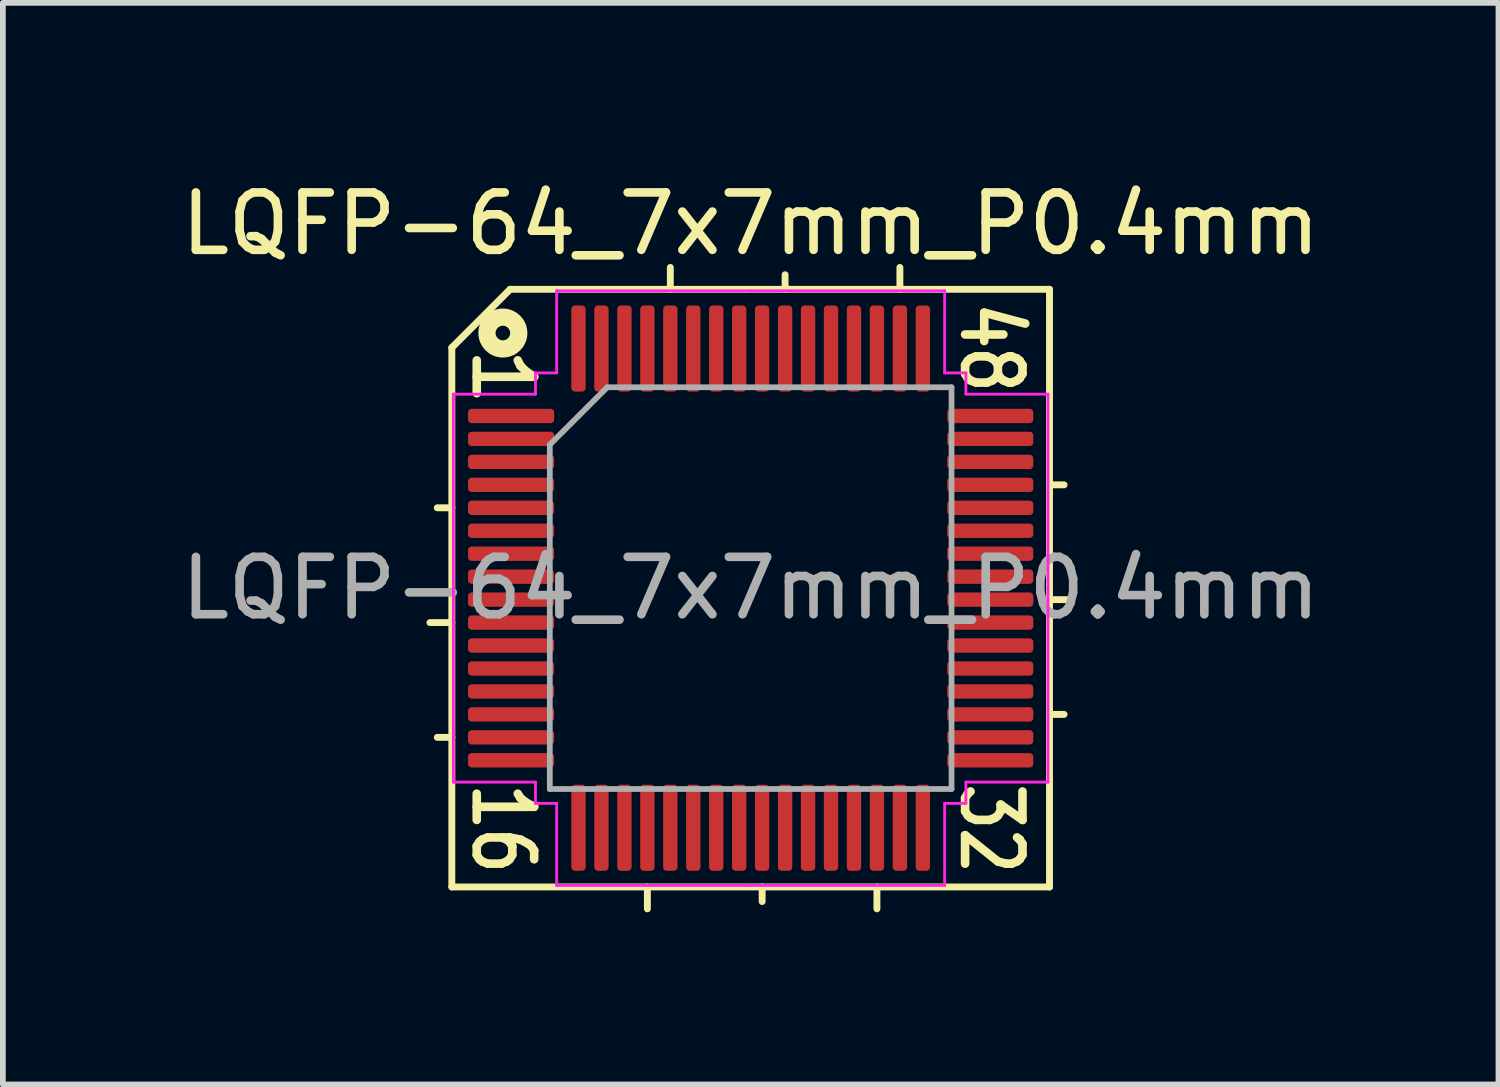
<source format=kicad_pcb>
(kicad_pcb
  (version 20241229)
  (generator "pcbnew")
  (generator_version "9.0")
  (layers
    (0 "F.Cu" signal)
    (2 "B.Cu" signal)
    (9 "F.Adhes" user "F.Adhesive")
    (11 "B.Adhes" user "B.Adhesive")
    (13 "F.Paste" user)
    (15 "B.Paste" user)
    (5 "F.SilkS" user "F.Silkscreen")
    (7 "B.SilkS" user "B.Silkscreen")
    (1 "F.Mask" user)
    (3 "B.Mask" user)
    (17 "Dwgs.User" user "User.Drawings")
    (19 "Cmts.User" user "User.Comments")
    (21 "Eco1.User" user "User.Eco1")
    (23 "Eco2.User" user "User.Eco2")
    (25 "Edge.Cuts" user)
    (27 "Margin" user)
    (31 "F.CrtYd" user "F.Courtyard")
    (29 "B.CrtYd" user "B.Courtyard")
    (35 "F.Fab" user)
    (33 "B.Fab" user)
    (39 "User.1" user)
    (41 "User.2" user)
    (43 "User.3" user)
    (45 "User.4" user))
  (footprint "LQFP-64_7x7mm_P0.4mm"
    (layer "F.Cu")
    (at 10.03 7.198)
    (property "Reference" "LQFP-64_7x7mm_P0.4mm" (at 0 -6.35 0) (layer "F.SilkS") (effects (font (size 1 1) (thickness 0.15))))
    (attr smd)
    (fp_line (start -5.207 -4.191) (end -5.207 5.207) (stroke (width 0.12) (type solid)) (layer "F.SilkS"))
    (fp_line (start -5.207 -1.4) (end -5.461 -1.4) (stroke (width 0.12) (type solid)) (layer "F.SilkS"))
    (fp_line (start -5.207 0.6) (end -5.588 0.6) (stroke (width 0.12) (type solid)) (layer "F.SilkS"))
    (fp_line (start -5.207 2.6) (end -5.461 2.6) (stroke (width 0.12) (type solid)) (layer "F.SilkS"))
    (fp_line (start -5.207 5.207) (end 5.207 5.207) (stroke (width 0.12) (type solid)) (layer "F.SilkS"))
    (fp_line (start -4.191 -5.207) (end -5.207 -4.191) (stroke (width 0.12) (type solid)) (layer "F.SilkS"))
    (fp_line (start -1.8 5.588) (end -1.8 5.207) (stroke (width 0.12) (type solid)) (layer "F.SilkS"))
    (fp_line (start -1.4 -5.207) (end -1.4 -5.588) (stroke (width 0.12) (type solid)) (layer "F.SilkS"))
    (fp_line (start 0.2 5.207) (end 0.2 5.461) (stroke (width 0.12) (type solid)) (layer "F.SilkS"))
    (fp_line (start 0.6 -5.207) (end 0.6 -5.461) (stroke (width 0.12) (type solid)) (layer "F.SilkS"))
    (fp_line (start 2.2 5.207) (end 2.2 5.588) (stroke (width 0.12) (type solid)) (layer "F.SilkS"))
    (fp_line (start 2.6 -5.207) (end 2.6 -5.588) (stroke (width 0.12) (type solid)) (layer "F.SilkS"))
    (fp_line (start 5.207 -5.207) (end -4.191 -5.207) (stroke (width 0.12) (type solid)) (layer "F.SilkS"))
    (fp_line (start 5.207 -1.8) (end 5.461 -1.8) (stroke (width 0.12) (type solid)) (layer "F.SilkS"))
    (fp_line (start 5.207 0.2) (end 5.588 0.2) (stroke (width 0.12) (type solid)) (layer "F.SilkS"))
    (fp_line (start 5.207 2.2) (end 5.461 2.2) (stroke (width 0.12) (type solid)) (layer "F.SilkS"))
    (fp_line (start 5.207 5.207) (end 5.207 -5.207) (stroke (width 0.12) (type solid)) (layer "F.SilkS"))
    (fp_circle (center -4.318 -4.445) (end -4.191 -4.445) (stroke (width 0.3) (type solid)) (fill no) (layer "F.SilkS"))
    (fp_line (start -5.18 -3.38) (end -5.18 0) (stroke (width 0.05) (type solid)) (layer "F.CrtYd"))
    (fp_line (start -5.18 3.38) (end -5.18 0) (stroke (width 0.05) (type solid)) (layer "F.CrtYd"))
    (fp_line (start -3.75 -3.75) (end -3.75 -3.38) (stroke (width 0.05) (type solid)) (layer "F.CrtYd"))
    (fp_line (start -3.75 -3.38) (end -5.18 -3.38) (stroke (width 0.05) (type solid)) (layer "F.CrtYd"))
    (fp_line (start -3.75 3.38) (end -5.18 3.38) (stroke (width 0.05) (type solid)) (layer "F.CrtYd"))
    (fp_line (start -3.75 3.75) (end -3.75 3.38) (stroke (width 0.05) (type solid)) (layer "F.CrtYd"))
    (fp_line (start -3.38 -5.18) (end -3.38 -3.75) (stroke (width 0.05) (type solid)) (layer "F.CrtYd"))
    (fp_line (start -3.38 -3.75) (end -3.75 -3.75) (stroke (width 0.05) (type solid)) (layer "F.CrtYd"))
    (fp_line (start -3.38 3.75) (end -3.75 3.75) (stroke (width 0.05) (type solid)) (layer "F.CrtYd"))
    (fp_line (start -3.38 5.18) (end -3.38 3.75) (stroke (width 0.05) (type solid)) (layer "F.CrtYd"))
    (fp_line (start 0 -5.18) (end -3.38 -5.18) (stroke (width 0.05) (type solid)) (layer "F.CrtYd"))
    (fp_line (start 0 -5.18) (end 3.38 -5.18) (stroke (width 0.05) (type solid)) (layer "F.CrtYd"))
    (fp_line (start 0 5.18) (end -3.38 5.18) (stroke (width 0.05) (type solid)) (layer "F.CrtYd"))
    (fp_line (start 0 5.18) (end 3.38 5.18) (stroke (width 0.05) (type solid)) (layer "F.CrtYd"))
    (fp_line (start 3.38 -5.18) (end 3.38 -3.75) (stroke (width 0.05) (type solid)) (layer "F.CrtYd"))
    (fp_line (start 3.38 -3.75) (end 3.75 -3.75) (stroke (width 0.05) (type solid)) (layer "F.CrtYd"))
    (fp_line (start 3.38 3.75) (end 3.75 3.75) (stroke (width 0.05) (type solid)) (layer "F.CrtYd"))
    (fp_line (start 3.38 5.18) (end 3.38 3.75) (stroke (width 0.05) (type solid)) (layer "F.CrtYd"))
    (fp_line (start 3.75 -3.75) (end 3.75 -3.38) (stroke (width 0.05) (type solid)) (layer "F.CrtYd"))
    (fp_line (start 3.75 -3.38) (end 5.18 -3.38) (stroke (width 0.05) (type solid)) (layer "F.CrtYd"))
    (fp_line (start 3.75 3.38) (end 5.18 3.38) (stroke (width 0.05) (type solid)) (layer "F.CrtYd"))
    (fp_line (start 3.75 3.75) (end 3.75 3.38) (stroke (width 0.05) (type solid)) (layer "F.CrtYd"))
    (fp_line (start 5.18 -3.38) (end 5.18 0) (stroke (width 0.05) (type solid)) (layer "F.CrtYd"))
    (fp_line (start 5.18 3.38) (end 5.18 0) (stroke (width 0.05) (type solid)) (layer "F.CrtYd"))
    (fp_line (start -3.5 -2.5) (end -2.5 -3.5) (stroke (width 0.1) (type solid)) (layer "F.Fab"))
    (fp_line (start -3.5 3.5) (end -3.5 -2.5) (stroke (width 0.1) (type solid)) (layer "F.Fab"))
    (fp_line (start -2.5 -3.5) (end 3.5 -3.5) (stroke (width 0.1) (type solid)) (layer "F.Fab"))
    (fp_line (start 3.5 -3.5) (end 3.5 3.5) (stroke (width 0.1) (type solid)) (layer "F.Fab"))
    (fp_line (start 3.5 3.5) (end -3.5 3.5) (stroke (width 0.1) (type solid)) (layer "F.Fab"))
    (fp_text user "1" (at -4.318 -3.683 270) (unlocked yes) (layer "F.SilkS") (effects (font (size 1 1) (thickness 0.15))))
    (fp_text user "16" (at -4.318 4.191 270) (unlocked yes) (layer "F.SilkS") (effects (font (size 1 0.8) (thickness 0.15))))
    (fp_text user "48" (at 4.191 -4.191 270) (unlocked yes) (layer "F.SilkS") (effects (font (size 1 0.8) (thickness 0.15))))
    (fp_text user "32" (at 4.191 4.191 270) (unlocked yes) (layer "F.SilkS") (effects (font (size 1 0.8) (thickness 0.15))))
    (fp_text user "${REFERENCE}" (at 0 0 0) (layer "F.Fab") (effects (font (size 1 1) (thickness 0.15))))
    (pad "1" smd roundrect (at -4.175 -3) (size 1.5 0.25) (layers "F.Cu" "F.Mask" "F.Paste") (roundrect_rratio 0.25))
    (pad "2" smd roundrect (at -4.175 -2.6) (size 1.5 0.25) (layers "F.Cu" "F.Mask" "F.Paste") (roundrect_rratio 0.25))
    (pad "3" smd roundrect (at -4.175 -2.2) (size 1.5 0.25) (layers "F.Cu" "F.Mask" "F.Paste") (roundrect_rratio 0.25))
    (pad "4" smd roundrect (at -4.175 -1.8) (size 1.5 0.25) (layers "F.Cu" "F.Mask" "F.Paste") (roundrect_rratio 0.25))
    (pad "5" smd roundrect (at -4.175 -1.4) (size 1.5 0.25) (layers "F.Cu" "F.Mask" "F.Paste") (roundrect_rratio 0.25))
    (pad "6" smd roundrect (at -4.175 -1) (size 1.5 0.25) (layers "F.Cu" "F.Mask" "F.Paste") (roundrect_rratio 0.25))
    (pad "7" smd roundrect (at -4.175 -0.6) (size 1.5 0.25) (layers "F.Cu" "F.Mask" "F.Paste") (roundrect_rratio 0.25))
    (pad "8" smd roundrect (at -4.175 -0.2) (size 1.5 0.25) (layers "F.Cu" "F.Mask" "F.Paste") (roundrect_rratio 0.25))
    (pad "9" smd roundrect (at -4.175 0.2) (size 1.5 0.25) (layers "F.Cu" "F.Mask" "F.Paste") (roundrect_rratio 0.25))
    (pad "10" smd roundrect (at -4.175 0.6) (size 1.5 0.25) (layers "F.Cu" "F.Mask" "F.Paste") (roundrect_rratio 0.25))
    (pad "11" smd roundrect (at -4.175 1) (size 1.5 0.25) (layers "F.Cu" "F.Mask" "F.Paste") (roundrect_rratio 0.25))
    (pad "12" smd roundrect (at -4.175 1.4) (size 1.5 0.25) (layers "F.Cu" "F.Mask" "F.Paste") (roundrect_rratio 0.25))
    (pad "13" smd roundrect (at -4.175 1.8) (size 1.5 0.25) (layers "F.Cu" "F.Mask" "F.Paste") (roundrect_rratio 0.25))
    (pad "14" smd roundrect (at -4.175 2.2) (size 1.5 0.25) (layers "F.Cu" "F.Mask" "F.Paste") (roundrect_rratio 0.25))
    (pad "15" smd roundrect (at -4.175 2.6) (size 1.5 0.25) (layers "F.Cu" "F.Mask" "F.Paste") (roundrect_rratio 0.25))
    (pad "16" smd roundrect (at -4.175 3) (size 1.5 0.25) (layers "F.Cu" "F.Mask" "F.Paste") (roundrect_rratio 0.25))
    (pad "17" smd roundrect (at -3 4.175) (size 0.25 1.5) (layers "F.Cu" "F.Mask" "F.Paste") (roundrect_rratio 0.25))
    (pad "18" smd roundrect (at -2.6 4.175) (size 0.25 1.5) (layers "F.Cu" "F.Mask" "F.Paste") (roundrect_rratio 0.25))
    (pad "19" smd roundrect (at -2.2 4.175) (size 0.25 1.5) (layers "F.Cu" "F.Mask" "F.Paste") (roundrect_rratio 0.25))
    (pad "20" smd roundrect (at -1.8 4.175) (size 0.25 1.5) (layers "F.Cu" "F.Mask" "F.Paste") (roundrect_rratio 0.25))
    (pad "21" smd roundrect (at -1.4 4.175) (size 0.25 1.5) (layers "F.Cu" "F.Mask" "F.Paste") (roundrect_rratio 0.25))
    (pad "22" smd roundrect (at -1 4.175) (size 0.25 1.5) (layers "F.Cu" "F.Mask" "F.Paste") (roundrect_rratio 0.25))
    (pad "23" smd roundrect (at -0.6 4.175) (size 0.25 1.5) (layers "F.Cu" "F.Mask" "F.Paste") (roundrect_rratio 0.25))
    (pad "24" smd roundrect (at -0.2 4.175) (size 0.25 1.5) (layers "F.Cu" "F.Mask" "F.Paste") (roundrect_rratio 0.25))
    (pad "25" smd roundrect (at 0.2 4.175) (size 0.25 1.5) (layers "F.Cu" "F.Mask" "F.Paste") (roundrect_rratio 0.25))
    (pad "26" smd roundrect (at 0.6 4.175) (size 0.25 1.5) (layers "F.Cu" "F.Mask" "F.Paste") (roundrect_rratio 0.25))
    (pad "27" smd roundrect (at 1 4.175) (size 0.25 1.5) (layers "F.Cu" "F.Mask" "F.Paste") (roundrect_rratio 0.25))
    (pad "28" smd roundrect (at 1.4 4.175) (size 0.25 1.5) (layers "F.Cu" "F.Mask" "F.Paste") (roundrect_rratio 0.25))
    (pad "29" smd roundrect (at 1.8 4.175) (size 0.25 1.5) (layers "F.Cu" "F.Mask" "F.Paste") (roundrect_rratio 0.25))
    (pad "30" smd roundrect (at 2.2 4.175) (size 0.25 1.5) (layers "F.Cu" "F.Mask" "F.Paste") (roundrect_rratio 0.25))
    (pad "31" smd roundrect (at 2.6 4.175) (size 0.25 1.5) (layers "F.Cu" "F.Mask" "F.Paste") (roundrect_rratio 0.25))
    (pad "32" smd roundrect (at 3 4.175) (size 0.25 1.5) (layers "F.Cu" "F.Mask" "F.Paste") (roundrect_rratio 0.25))
    (pad "33" smd roundrect (at 4.175 3) (size 1.5 0.25) (layers "F.Cu" "F.Mask" "F.Paste") (roundrect_rratio 0.25))
    (pad "34" smd roundrect (at 4.175 2.6) (size 1.5 0.25) (layers "F.Cu" "F.Mask" "F.Paste") (roundrect_rratio 0.25))
    (pad "35" smd roundrect (at 4.175 2.2) (size 1.5 0.25) (layers "F.Cu" "F.Mask" "F.Paste") (roundrect_rratio 0.25))
    (pad "36" smd roundrect (at 4.175 1.8) (size 1.5 0.25) (layers "F.Cu" "F.Mask" "F.Paste") (roundrect_rratio 0.25))
    (pad "37" smd roundrect (at 4.175 1.4) (size 1.5 0.25) (layers "F.Cu" "F.Mask" "F.Paste") (roundrect_rratio 0.25))
    (pad "38" smd roundrect (at 4.175 1) (size 1.5 0.25) (layers "F.Cu" "F.Mask" "F.Paste") (roundrect_rratio 0.25))
    (pad "39" smd roundrect (at 4.175 0.6) (size 1.5 0.25) (layers "F.Cu" "F.Mask" "F.Paste") (roundrect_rratio 0.25))
    (pad "40" smd roundrect (at 4.175 0.2) (size 1.5 0.25) (layers "F.Cu" "F.Mask" "F.Paste") (roundrect_rratio 0.25))
    (pad "41" smd roundrect (at 4.175 -0.2) (size 1.5 0.25) (layers "F.Cu" "F.Mask" "F.Paste") (roundrect_rratio 0.25))
    (pad "42" smd roundrect (at 4.175 -0.6) (size 1.5 0.25) (layers "F.Cu" "F.Mask" "F.Paste") (roundrect_rratio 0.25))
    (pad "43" smd roundrect (at 4.175 -1) (size 1.5 0.25) (layers "F.Cu" "F.Mask" "F.Paste") (roundrect_rratio 0.25))
    (pad "44" smd roundrect (at 4.175 -1.4) (size 1.5 0.25) (layers "F.Cu" "F.Mask" "F.Paste") (roundrect_rratio 0.25))
    (pad "45" smd roundrect (at 4.175 -1.8) (size 1.5 0.25) (layers "F.Cu" "F.Mask" "F.Paste") (roundrect_rratio 0.25))
    (pad "46" smd roundrect (at 4.175 -2.2) (size 1.5 0.25) (layers "F.Cu" "F.Mask" "F.Paste") (roundrect_rratio 0.25))
    (pad "47" smd roundrect (at 4.175 -2.6) (size 1.5 0.25) (layers "F.Cu" "F.Mask" "F.Paste") (roundrect_rratio 0.25))
    (pad "48" smd roundrect (at 4.175 -3) (size 1.5 0.25) (layers "F.Cu" "F.Mask" "F.Paste") (roundrect_rratio 0.25))
    (pad "49" smd roundrect (at 3 -4.175) (size 0.25 1.5) (layers "F.Cu" "F.Mask" "F.Paste") (roundrect_rratio 0.25))
    (pad "50" smd roundrect (at 2.6 -4.175) (size 0.25 1.5) (layers "F.Cu" "F.Mask" "F.Paste") (roundrect_rratio 0.25))
    (pad "51" smd roundrect (at 2.2 -4.175) (size 0.25 1.5) (layers "F.Cu" "F.Mask" "F.Paste") (roundrect_rratio 0.25))
    (pad "52" smd roundrect (at 1.8 -4.175) (size 0.25 1.5) (layers "F.Cu" "F.Mask" "F.Paste") (roundrect_rratio 0.25))
    (pad "53" smd roundrect (at 1.4 -4.175) (size 0.25 1.5) (layers "F.Cu" "F.Mask" "F.Paste") (roundrect_rratio 0.25))
    (pad "54" smd roundrect (at 1 -4.175) (size 0.25 1.5) (layers "F.Cu" "F.Mask" "F.Paste") (roundrect_rratio 0.25))
    (pad "55" smd roundrect (at 0.6 -4.175) (size 0.25 1.5) (layers "F.Cu" "F.Mask" "F.Paste") (roundrect_rratio 0.25))
    (pad "56" smd roundrect (at 0.2 -4.175) (size 0.25 1.5) (layers "F.Cu" "F.Mask" "F.Paste") (roundrect_rratio 0.25))
    (pad "57" smd roundrect (at -0.2 -4.175) (size 0.25 1.5) (layers "F.Cu" "F.Mask" "F.Paste") (roundrect_rratio 0.25))
    (pad "58" smd roundrect (at -0.6 -4.175) (size 0.25 1.5) (layers "F.Cu" "F.Mask" "F.Paste") (roundrect_rratio 0.25))
    (pad "59" smd roundrect (at -1 -4.175) (size 0.25 1.5) (layers "F.Cu" "F.Mask" "F.Paste") (roundrect_rratio 0.25))
    (pad "60" smd roundrect (at -1.4 -4.175) (size 0.25 1.5) (layers "F.Cu" "F.Mask" "F.Paste") (roundrect_rratio 0.25))
    (pad "61" smd roundrect (at -1.8 -4.175) (size 0.25 1.5) (layers "F.Cu" "F.Mask" "F.Paste") (roundrect_rratio 0.25))
    (pad "62" smd roundrect (at -2.2 -4.175) (size 0.25 1.5) (layers "F.Cu" "F.Mask" "F.Paste") (roundrect_rratio 0.25))
    (pad "63" smd roundrect (at -2.6 -4.175) (size 0.25 1.5) (layers "F.Cu" "F.Mask" "F.Paste") (roundrect_rratio 0.25))
    (pad "64" smd roundrect (at -3 -4.175) (size 0.25 1.5) (layers "F.Cu" "F.Mask" "F.Paste") (roundrect_rratio 0.25)))
  (gr_rect
    (start -3 -3)
    (end 23.06 15.846)
    (stroke (width 0.1) (type default))
    (fill no)
    (layer "Edge.Cuts")))
</source>
